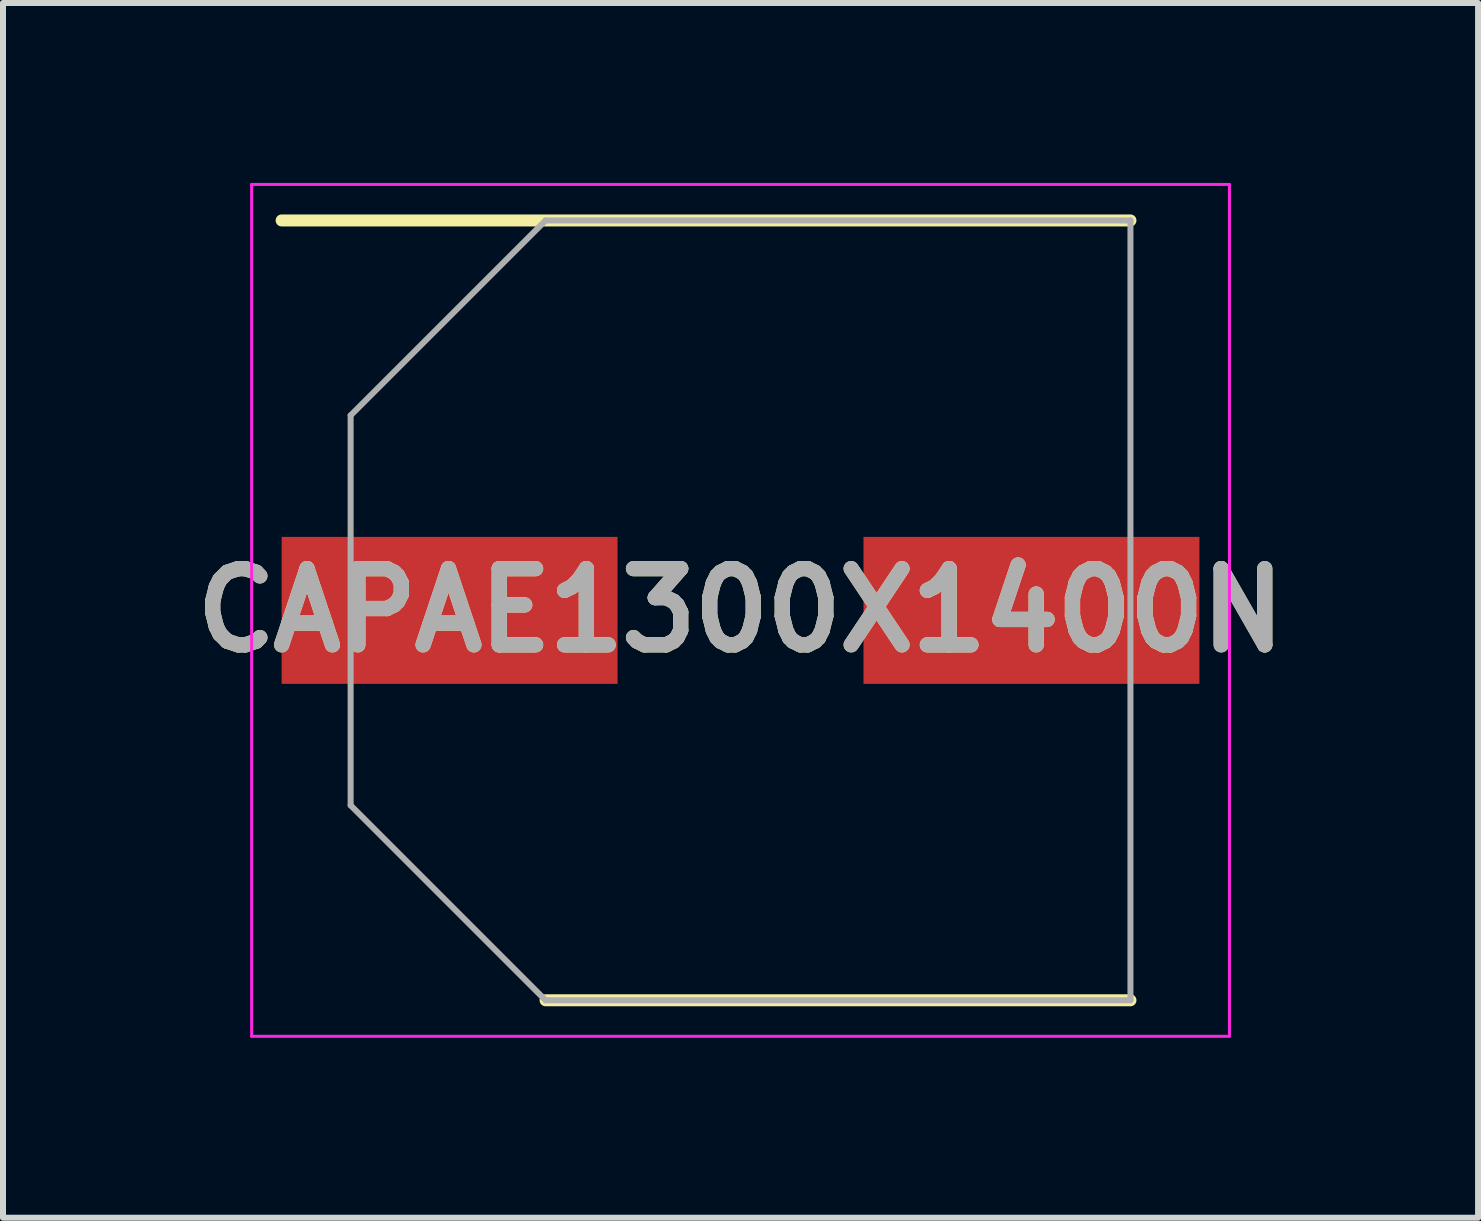
<source format=kicad_pcb>
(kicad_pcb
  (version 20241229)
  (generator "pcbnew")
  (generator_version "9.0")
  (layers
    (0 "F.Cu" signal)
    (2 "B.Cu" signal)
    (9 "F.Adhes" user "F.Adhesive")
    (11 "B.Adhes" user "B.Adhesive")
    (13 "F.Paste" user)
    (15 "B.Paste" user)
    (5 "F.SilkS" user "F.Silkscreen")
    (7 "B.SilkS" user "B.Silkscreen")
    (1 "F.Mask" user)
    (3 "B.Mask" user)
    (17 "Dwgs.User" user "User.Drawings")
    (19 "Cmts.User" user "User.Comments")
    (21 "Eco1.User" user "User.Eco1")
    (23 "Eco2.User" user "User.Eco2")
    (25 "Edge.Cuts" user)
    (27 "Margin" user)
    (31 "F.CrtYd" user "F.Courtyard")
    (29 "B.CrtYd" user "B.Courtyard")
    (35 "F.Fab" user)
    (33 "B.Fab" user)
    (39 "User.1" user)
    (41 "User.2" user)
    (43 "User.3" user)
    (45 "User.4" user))
  (footprint "CAPAE1300X1400N"
    (layer "F.Cu")
    (at 9.295 7.125)
    (property "Reference" "CAPAE1300X1400N" (at 0 0 0) (layer "F.SilkS") (effects (font (size 1.27 1.27) (thickness 0.254))))
    (attr smd)
    (fp_line (start -7.65 -6.5) (end 6.5 -6.5) (stroke (width 0.2) (type solid)) (layer "F.SilkS"))
    (fp_line (start -3.25 6.5) (end 6.5 6.5) (stroke (width 0.2) (type solid)) (layer "F.SilkS"))
    (fp_line (start -8.15 -7.1) (end 8.15 -7.1) (stroke (width 0.05) (type solid)) (layer "F.CrtYd"))
    (fp_line (start -8.15 7.1) (end -8.15 -7.1) (stroke (width 0.05) (type solid)) (layer "F.CrtYd"))
    (fp_line (start 8.15 -7.1) (end 8.15 7.1) (stroke (width 0.05) (type solid)) (layer "F.CrtYd"))
    (fp_line (start 8.15 7.1) (end -8.15 7.1) (stroke (width 0.05) (type solid)) (layer "F.CrtYd"))
    (fp_line (start -6.5 -3.25) (end -6.5 3.25) (stroke (width 0.1) (type solid)) (layer "F.Fab"))
    (fp_line (start -6.5 3.25) (end -3.25 6.5) (stroke (width 0.1) (type solid)) (layer "F.Fab"))
    (fp_line (start -3.25 -6.5) (end -6.5 -3.25) (stroke (width 0.1) (type solid)) (layer "F.Fab"))
    (fp_line (start -3.25 6.5) (end 6.5 6.5) (stroke (width 0.1) (type solid)) (layer "F.Fab"))
    (fp_line (start 6.5 -6.5) (end -3.25 -6.5) (stroke (width 0.1) (type solid)) (layer "F.Fab"))
    (fp_line (start 6.5 6.5) (end 6.5 -6.5) (stroke (width 0.1) (type solid)) (layer "F.Fab"))
    (fp_text user "${REFERENCE}" (at 0 0 0) (layer "F.Fab") (effects (font (size 1.27 1.27) (thickness 0.254))))
    (pad "1" smd rect (at -4.85 0 90) (size 2.45 5.6) (layers "F.Cu" "F.Mask" "F.Paste"))
    (pad "2" smd rect (at 4.85 0 90) (size 2.45 5.6) (layers "F.Cu" "F.Mask" "F.Paste")))
  (gr_rect
    (start -3 -3)
    (end 21.59 17.25)
    (stroke (width 0.1) (type default))
    (fill no)
    (layer "Edge.Cuts")))
</source>
